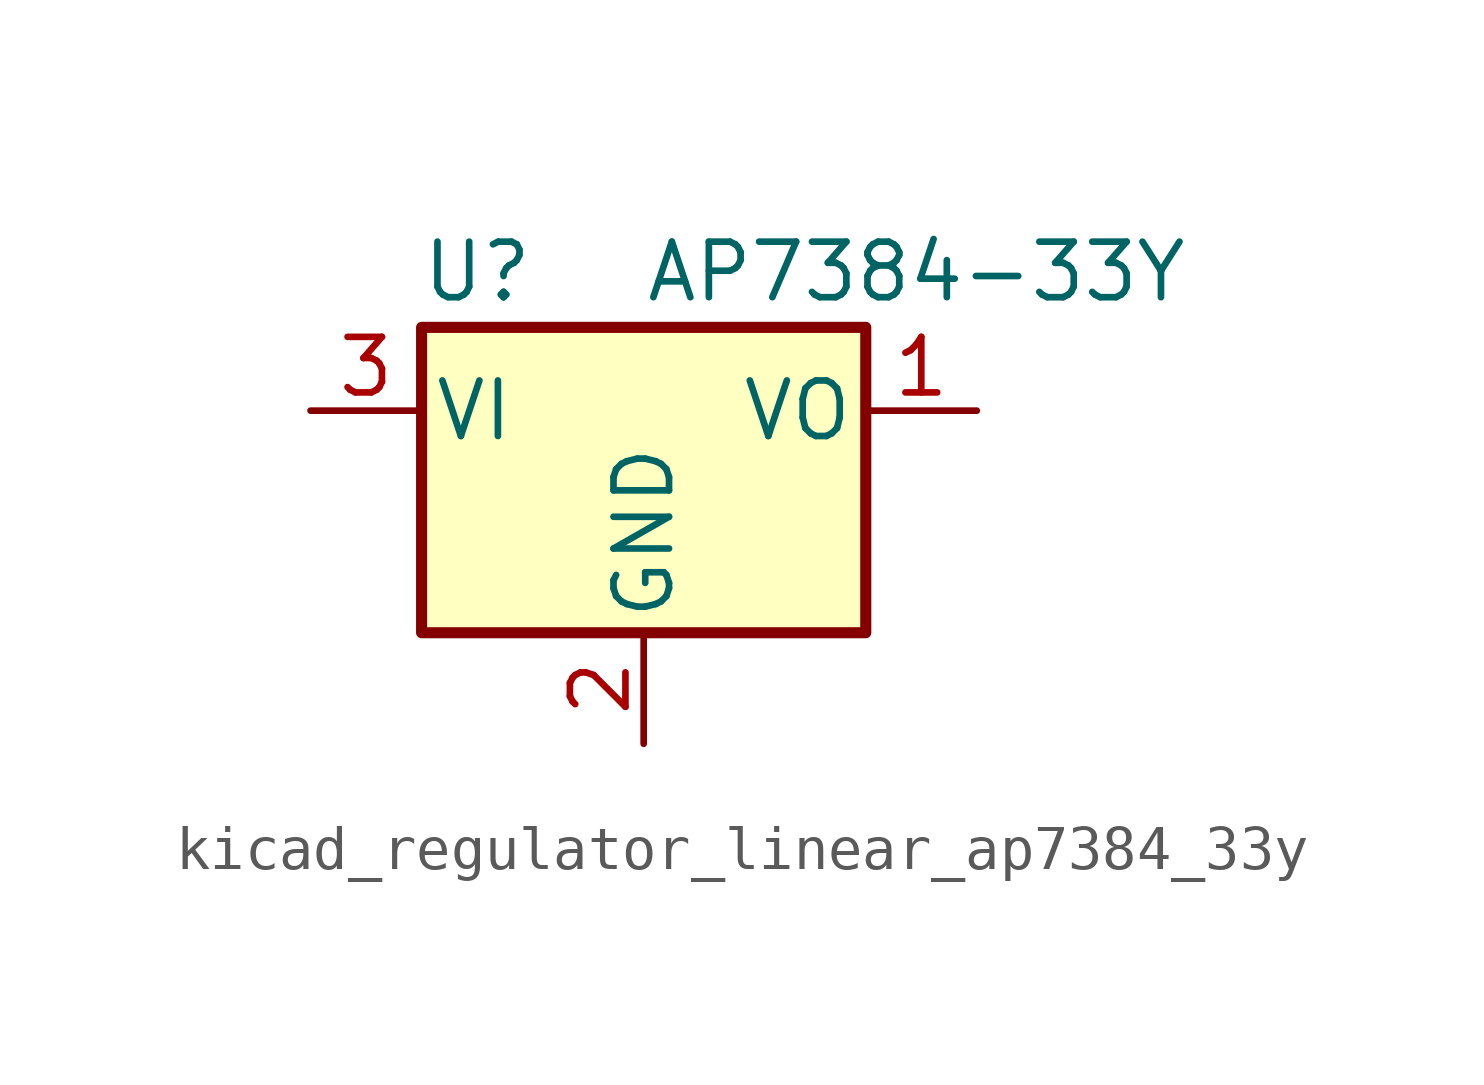
<source format=kicad_sym>
(kicad_symbol_lib
  (version 20220914)
  (generator kicad_symbol_editor)
  (symbol "kicad_regulator_linear_ap7384_33y"
    (pin_names
      (offset 0.254))
    (property "Reference" "U"
      (at -3.81 3.175 0)
      (effects (font (size 1.27 1.27))))
    (property "Value" "AP7384-33Y"
      (at 0 3.175 0)
      (effects (font (size 1.27 1.27)) (justify left)))
    (symbol "kicad_regulator_linear_ap7384_33y_0_1"
      (rectangle (start -5.08 1.905) (end 5.08 -5.08) (stroke (width 0.254) (type default)) (fill (type background))))
    (symbol "kicad_regulator_linear_ap7384_33y_1_1"
      (pin power_out line (at 7.62 0 180) (length 2.54) (name "VO" (effects (font (size 1.27 1.27)))) (number "1" (effects (font (size 1.27 1.27)))))
      (pin power_in line (at 0 -7.62 90) (length 2.54) (name "GND" (effects (font (size 1.27 1.27)))) (number "2" (effects (font (size 1.27 1.27)))))
      (pin power_in line (at -7.62 0 0) (length 2.54) (name "VI" (effects (font (size 1.27 1.27)))) (number "3" (effects (font (size 1.27 1.27))))))))
</source>
